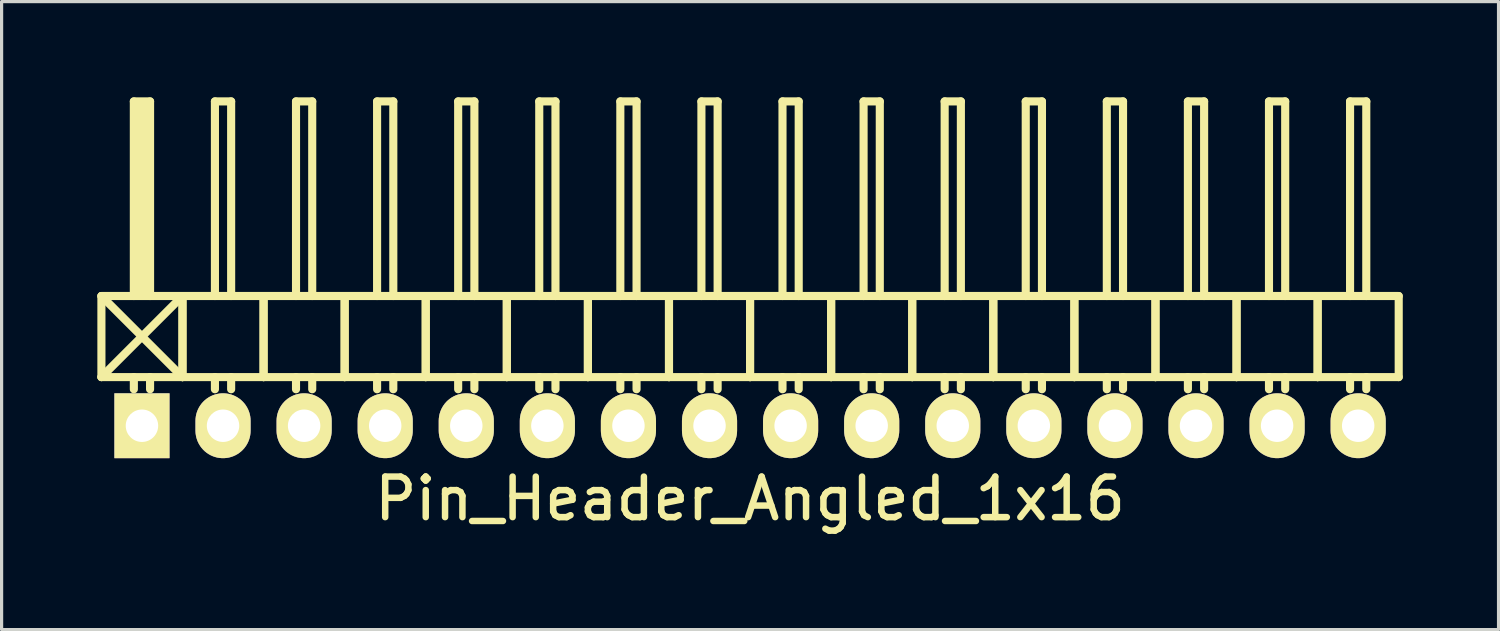
<source format=kicad_pcb>
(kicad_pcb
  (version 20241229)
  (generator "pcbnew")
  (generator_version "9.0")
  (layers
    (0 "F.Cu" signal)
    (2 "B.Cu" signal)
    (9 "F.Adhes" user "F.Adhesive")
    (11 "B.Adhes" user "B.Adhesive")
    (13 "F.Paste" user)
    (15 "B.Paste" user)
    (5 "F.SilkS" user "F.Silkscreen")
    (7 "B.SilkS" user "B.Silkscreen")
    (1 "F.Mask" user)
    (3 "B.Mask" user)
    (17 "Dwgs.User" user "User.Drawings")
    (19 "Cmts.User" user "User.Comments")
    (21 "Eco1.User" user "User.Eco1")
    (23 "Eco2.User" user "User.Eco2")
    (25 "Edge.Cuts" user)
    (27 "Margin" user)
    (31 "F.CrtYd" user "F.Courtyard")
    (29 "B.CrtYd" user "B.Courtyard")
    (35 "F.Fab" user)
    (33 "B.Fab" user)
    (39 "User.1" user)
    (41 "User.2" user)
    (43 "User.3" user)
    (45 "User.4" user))
  (footprint "Pin_Header_Angled_1x16"
    (layer "F.Cu")
    (at 20.447 10.287)
    (property "Reference" "Pin_Header_Angled_1x16" (at 0 2.286 0) (layer "F.SilkS") (effects (font (size 1.27 1.27) (thickness 0.203))))
    (attr through_hole)
    (fp_line (start -20.32 -4.064) (end -17.78 -1.524) (stroke (width 0.254) (type solid)) (layer "F.SilkS"))
    (fp_line (start -20.32 -1.524) (end -20.32 -4.064) (stroke (width 0.254) (type solid)) (layer "F.SilkS"))
    (fp_line (start -20.32 -1.524) (end -17.78 -1.524) (stroke (width 0.254) (type solid)) (layer "F.SilkS"))
    (fp_line (start -19.304 -10.16) (end -18.796 -10.16) (stroke (width 0.254) (type solid)) (layer "F.SilkS"))
    (fp_line (start -19.304 -4.064) (end -19.304 -10.16) (stroke (width 0.254) (type solid)) (layer "F.SilkS"))
    (fp_line (start -19.304 -1.524) (end -19.304 -1.143) (stroke (width 0.254) (type solid)) (layer "F.SilkS"))
    (fp_line (start -19.177 -10.033) (end -18.923 -10.033) (stroke (width 0.254) (type solid)) (layer "F.SilkS"))
    (fp_line (start -19.177 -4.191) (end -19.177 -10.033) (stroke (width 0.254) (type solid)) (layer "F.SilkS"))
    (fp_line (start -19.05 -4.191) (end -19.05 -10.033) (stroke (width 0.254) (type solid)) (layer "F.SilkS"))
    (fp_line (start -18.923 -10.033) (end -18.923 -4.191) (stroke (width 0.254) (type solid)) (layer "F.SilkS"))
    (fp_line (start -18.923 -4.191) (end -19.05 -4.191) (stroke (width 0.254) (type solid)) (layer "F.SilkS"))
    (fp_line (start -18.796 -10.16) (end -18.796 -4.064) (stroke (width 0.254) (type solid)) (layer "F.SilkS"))
    (fp_line (start -18.796 -1.524) (end -18.796 -1.143) (stroke (width 0.254) (type solid)) (layer "F.SilkS"))
    (fp_line (start -17.78 -4.064) (end -20.32 -4.064) (stroke (width 0.254) (type solid)) (layer "F.SilkS"))
    (fp_line (start -17.78 -4.064) (end -20.32 -1.524) (stroke (width 0.254) (type solid)) (layer "F.SilkS"))
    (fp_line (start -17.78 -1.524) (end -17.78 -4.064) (stroke (width 0.254) (type solid)) (layer "F.SilkS"))
    (fp_line (start -17.78 -1.524) (end -17.78 -4.064) (stroke (width 0.254) (type solid)) (layer "F.SilkS"))
    (fp_line (start -17.78 -1.524) (end -15.24 -1.524) (stroke (width 0.254) (type solid)) (layer "F.SilkS"))
    (fp_line (start -16.764 -10.16) (end -16.256 -10.16) (stroke (width 0.254) (type solid)) (layer "F.SilkS"))
    (fp_line (start -16.764 -4.064) (end -16.764 -10.16) (stroke (width 0.254) (type solid)) (layer "F.SilkS"))
    (fp_line (start -16.764 -1.524) (end -16.764 -1.143) (stroke (width 0.254) (type solid)) (layer "F.SilkS"))
    (fp_line (start -16.256 -10.16) (end -16.256 -4.064) (stroke (width 0.254) (type solid)) (layer "F.SilkS"))
    (fp_line (start -16.256 -1.524) (end -16.256 -1.143) (stroke (width 0.254) (type solid)) (layer "F.SilkS"))
    (fp_line (start -15.24 -4.064) (end -17.78 -4.064) (stroke (width 0.254) (type solid)) (layer "F.SilkS"))
    (fp_line (start -15.24 -1.524) (end -15.24 -4.064) (stroke (width 0.254) (type solid)) (layer "F.SilkS"))
    (fp_line (start -15.24 -1.524) (end -15.24 -4.064) (stroke (width 0.254) (type solid)) (layer "F.SilkS"))
    (fp_line (start -15.24 -1.524) (end -12.7 -1.524) (stroke (width 0.254) (type solid)) (layer "F.SilkS"))
    (fp_line (start -14.224 -10.16) (end -13.716 -10.16) (stroke (width 0.254) (type solid)) (layer "F.SilkS"))
    (fp_line (start -14.224 -4.064) (end -14.224 -10.16) (stroke (width 0.254) (type solid)) (layer "F.SilkS"))
    (fp_line (start -14.224 -1.524) (end -14.224 -1.143) (stroke (width 0.254) (type solid)) (layer "F.SilkS"))
    (fp_line (start -13.716 -10.16) (end -13.716 -4.064) (stroke (width 0.254) (type solid)) (layer "F.SilkS"))
    (fp_line (start -13.716 -1.524) (end -13.716 -1.143) (stroke (width 0.254) (type solid)) (layer "F.SilkS"))
    (fp_line (start -12.7 -4.064) (end -15.24 -4.064) (stroke (width 0.254) (type solid)) (layer "F.SilkS"))
    (fp_line (start -12.7 -1.524) (end -12.7 -4.064) (stroke (width 0.254) (type solid)) (layer "F.SilkS"))
    (fp_line (start -12.7 -1.524) (end -12.7 -4.064) (stroke (width 0.254) (type solid)) (layer "F.SilkS"))
    (fp_line (start -12.7 -1.524) (end -10.16 -1.524) (stroke (width 0.254) (type solid)) (layer "F.SilkS"))
    (fp_line (start -11.684 -10.16) (end -11.176 -10.16) (stroke (width 0.254) (type solid)) (layer "F.SilkS"))
    (fp_line (start -11.684 -4.064) (end -11.684 -10.16) (stroke (width 0.254) (type solid)) (layer "F.SilkS"))
    (fp_line (start -11.684 -1.524) (end -11.684 -1.143) (stroke (width 0.254) (type solid)) (layer "F.SilkS"))
    (fp_line (start -11.176 -10.16) (end -11.176 -4.064) (stroke (width 0.254) (type solid)) (layer "F.SilkS"))
    (fp_line (start -11.176 -1.524) (end -11.176 -1.143) (stroke (width 0.254) (type solid)) (layer "F.SilkS"))
    (fp_line (start -10.16 -4.064) (end -12.7 -4.064) (stroke (width 0.254) (type solid)) (layer "F.SilkS"))
    (fp_line (start -10.16 -1.524) (end -10.16 -4.064) (stroke (width 0.254) (type solid)) (layer "F.SilkS"))
    (fp_line (start -10.16 -1.524) (end -10.16 -4.064) (stroke (width 0.254) (type solid)) (layer "F.SilkS"))
    (fp_line (start -10.16 -1.524) (end -7.62 -1.524) (stroke (width 0.254) (type solid)) (layer "F.SilkS"))
    (fp_line (start -9.144 -10.16) (end -8.636 -10.16) (stroke (width 0.254) (type solid)) (layer "F.SilkS"))
    (fp_line (start -9.144 -4.064) (end -9.144 -10.16) (stroke (width 0.254) (type solid)) (layer "F.SilkS"))
    (fp_line (start -9.144 -1.524) (end -9.144 -1.143) (stroke (width 0.254) (type solid)) (layer "F.SilkS"))
    (fp_line (start -8.636 -10.16) (end -8.636 -4.064) (stroke (width 0.254) (type solid)) (layer "F.SilkS"))
    (fp_line (start -8.636 -1.524) (end -8.636 -1.143) (stroke (width 0.254) (type solid)) (layer "F.SilkS"))
    (fp_line (start -7.62 -4.064) (end -10.16 -4.064) (stroke (width 0.254) (type solid)) (layer "F.SilkS"))
    (fp_line (start -7.62 -1.524) (end -7.62 -4.064) (stroke (width 0.254) (type solid)) (layer "F.SilkS"))
    (fp_line (start -7.62 -1.524) (end -7.62 -4.064) (stroke (width 0.254) (type solid)) (layer "F.SilkS"))
    (fp_line (start -7.62 -1.524) (end -5.08 -1.524) (stroke (width 0.254) (type solid)) (layer "F.SilkS"))
    (fp_line (start -6.604 -10.16) (end -6.096 -10.16) (stroke (width 0.254) (type solid)) (layer "F.SilkS"))
    (fp_line (start -6.604 -4.064) (end -6.604 -10.16) (stroke (width 0.254) (type solid)) (layer "F.SilkS"))
    (fp_line (start -6.604 -1.524) (end -6.604 -1.143) (stroke (width 0.254) (type solid)) (layer "F.SilkS"))
    (fp_line (start -6.096 -10.16) (end -6.096 -4.064) (stroke (width 0.254) (type solid)) (layer "F.SilkS"))
    (fp_line (start -6.096 -1.524) (end -6.096 -1.143) (stroke (width 0.254) (type solid)) (layer "F.SilkS"))
    (fp_line (start -5.08 -4.064) (end -7.62 -4.064) (stroke (width 0.254) (type solid)) (layer "F.SilkS"))
    (fp_line (start -5.08 -1.524) (end -5.08 -4.064) (stroke (width 0.254) (type solid)) (layer "F.SilkS"))
    (fp_line (start -5.08 -1.524) (end -5.08 -4.064) (stroke (width 0.254) (type solid)) (layer "F.SilkS"))
    (fp_line (start -5.08 -1.524) (end -2.54 -1.524) (stroke (width 0.254) (type solid)) (layer "F.SilkS"))
    (fp_line (start -4.064 -10.16) (end -3.556 -10.16) (stroke (width 0.254) (type solid)) (layer "F.SilkS"))
    (fp_line (start -4.064 -4.064) (end -4.064 -10.16) (stroke (width 0.254) (type solid)) (layer "F.SilkS"))
    (fp_line (start -4.064 -1.524) (end -4.064 -1.143) (stroke (width 0.254) (type solid)) (layer "F.SilkS"))
    (fp_line (start -3.556 -10.16) (end -3.556 -4.064) (stroke (width 0.254) (type solid)) (layer "F.SilkS"))
    (fp_line (start -3.556 -1.524) (end -3.556 -1.143) (stroke (width 0.254) (type solid)) (layer "F.SilkS"))
    (fp_line (start -2.54 -4.064) (end -5.08 -4.064) (stroke (width 0.254) (type solid)) (layer "F.SilkS"))
    (fp_line (start -2.54 -1.524) (end -2.54 -4.064) (stroke (width 0.254) (type solid)) (layer "F.SilkS"))
    (fp_line (start -2.54 -1.524) (end -2.54 -4.064) (stroke (width 0.254) (type solid)) (layer "F.SilkS"))
    (fp_line (start -2.54 -1.524) (end 0 -1.524) (stroke (width 0.254) (type solid)) (layer "F.SilkS"))
    (fp_line (start -1.524 -10.16) (end -1.016 -10.16) (stroke (width 0.254) (type solid)) (layer "F.SilkS"))
    (fp_line (start -1.524 -4.064) (end -1.524 -10.16) (stroke (width 0.254) (type solid)) (layer "F.SilkS"))
    (fp_line (start -1.524 -1.524) (end -1.524 -1.143) (stroke (width 0.254) (type solid)) (layer "F.SilkS"))
    (fp_line (start -1.016 -10.16) (end -1.016 -4.064) (stroke (width 0.254) (type solid)) (layer "F.SilkS"))
    (fp_line (start -1.016 -1.524) (end -1.016 -1.143) (stroke (width 0.254) (type solid)) (layer "F.SilkS"))
    (fp_line (start 0 -4.064) (end -2.54 -4.064) (stroke (width 0.254) (type solid)) (layer "F.SilkS"))
    (fp_line (start 0 -1.524) (end 0 -4.064) (stroke (width 0.254) (type solid)) (layer "F.SilkS"))
    (fp_line (start 0 -1.524) (end 0 -4.064) (stroke (width 0.254) (type solid)) (layer "F.SilkS"))
    (fp_line (start 0 -1.524) (end 2.54 -1.524) (stroke (width 0.254) (type solid)) (layer "F.SilkS"))
    (fp_line (start 1.016 -10.16) (end 1.524 -10.16) (stroke (width 0.254) (type solid)) (layer "F.SilkS"))
    (fp_line (start 1.016 -4.064) (end 1.016 -10.16) (stroke (width 0.254) (type solid)) (layer "F.SilkS"))
    (fp_line (start 1.016 -1.524) (end 1.016 -1.143) (stroke (width 0.254) (type solid)) (layer "F.SilkS"))
    (fp_line (start 1.524 -10.16) (end 1.524 -4.064) (stroke (width 0.254) (type solid)) (layer "F.SilkS"))
    (fp_line (start 1.524 -1.524) (end 1.524 -1.143) (stroke (width 0.254) (type solid)) (layer "F.SilkS"))
    (fp_line (start 2.54 -4.064) (end 0 -4.064) (stroke (width 0.254) (type solid)) (layer "F.SilkS"))
    (fp_line (start 2.54 -1.524) (end 2.54 -4.064) (stroke (width 0.254) (type solid)) (layer "F.SilkS"))
    (fp_line (start 2.54 -1.524) (end 2.54 -4.064) (stroke (width 0.254) (type solid)) (layer "F.SilkS"))
    (fp_line (start 2.54 -1.524) (end 5.08 -1.524) (stroke (width 0.254) (type solid)) (layer "F.SilkS"))
    (fp_line (start 3.556 -10.16) (end 4.064 -10.16) (stroke (width 0.254) (type solid)) (layer "F.SilkS"))
    (fp_line (start 3.556 -4.064) (end 3.556 -10.16) (stroke (width 0.254) (type solid)) (layer "F.SilkS"))
    (fp_line (start 3.556 -1.524) (end 3.556 -1.143) (stroke (width 0.254) (type solid)) (layer "F.SilkS"))
    (fp_line (start 4.064 -10.16) (end 4.064 -4.064) (stroke (width 0.254) (type solid)) (layer "F.SilkS"))
    (fp_line (start 4.064 -1.524) (end 4.064 -1.143) (stroke (width 0.254) (type solid)) (layer "F.SilkS"))
    (fp_line (start 5.08 -4.064) (end 2.54 -4.064) (stroke (width 0.254) (type solid)) (layer "F.SilkS"))
    (fp_line (start 5.08 -1.524) (end 5.08 -4.064) (stroke (width 0.254) (type solid)) (layer "F.SilkS"))
    (fp_line (start 5.08 -1.524) (end 5.08 -4.064) (stroke (width 0.254) (type solid)) (layer "F.SilkS"))
    (fp_line (start 5.08 -1.524) (end 7.62 -1.524) (stroke (width 0.254) (type solid)) (layer "F.SilkS"))
    (fp_line (start 6.096 -10.16) (end 6.604 -10.16) (stroke (width 0.254) (type solid)) (layer "F.SilkS"))
    (fp_line (start 6.096 -4.064) (end 6.096 -10.16) (stroke (width 0.254) (type solid)) (layer "F.SilkS"))
    (fp_line (start 6.096 -1.524) (end 6.096 -1.143) (stroke (width 0.254) (type solid)) (layer "F.SilkS"))
    (fp_line (start 6.604 -10.16) (end 6.604 -4.064) (stroke (width 0.254) (type solid)) (layer "F.SilkS"))
    (fp_line (start 6.604 -1.524) (end 6.604 -1.143) (stroke (width 0.254) (type solid)) (layer "F.SilkS"))
    (fp_line (start 7.62 -4.064) (end 5.08 -4.064) (stroke (width 0.254) (type solid)) (layer "F.SilkS"))
    (fp_line (start 7.62 -1.524) (end 7.62 -4.064) (stroke (width 0.254) (type solid)) (layer "F.SilkS"))
    (fp_line (start 7.62 -1.524) (end 7.62 -4.064) (stroke (width 0.254) (type solid)) (layer "F.SilkS"))
    (fp_line (start 7.62 -1.524) (end 10.16 -1.524) (stroke (width 0.254) (type solid)) (layer "F.SilkS"))
    (fp_line (start 8.636 -10.16) (end 9.144 -10.16) (stroke (width 0.254) (type solid)) (layer "F.SilkS"))
    (fp_line (start 8.636 -4.064) (end 8.636 -10.16) (stroke (width 0.254) (type solid)) (layer "F.SilkS"))
    (fp_line (start 8.636 -1.524) (end 8.636 -1.143) (stroke (width 0.254) (type solid)) (layer "F.SilkS"))
    (fp_line (start 9.144 -10.16) (end 9.144 -4.064) (stroke (width 0.254) (type solid)) (layer "F.SilkS"))
    (fp_line (start 9.144 -1.524) (end 9.144 -1.143) (stroke (width 0.254) (type solid)) (layer "F.SilkS"))
    (fp_line (start 10.16 -4.064) (end 7.62 -4.064) (stroke (width 0.254) (type solid)) (layer "F.SilkS"))
    (fp_line (start 10.16 -1.524) (end 10.16 -4.064) (stroke (width 0.254) (type solid)) (layer "F.SilkS"))
    (fp_line (start 10.16 -1.524) (end 10.16 -4.064) (stroke (width 0.254) (type solid)) (layer "F.SilkS"))
    (fp_line (start 10.16 -1.524) (end 12.7 -1.524) (stroke (width 0.254) (type solid)) (layer "F.SilkS"))
    (fp_line (start 11.176 -10.16) (end 11.684 -10.16) (stroke (width 0.254) (type solid)) (layer "F.SilkS"))
    (fp_line (start 11.176 -4.064) (end 11.176 -10.16) (stroke (width 0.254) (type solid)) (layer "F.SilkS"))
    (fp_line (start 11.176 -1.524) (end 11.176 -1.143) (stroke (width 0.254) (type solid)) (layer "F.SilkS"))
    (fp_line (start 11.684 -10.16) (end 11.684 -4.064) (stroke (width 0.254) (type solid)) (layer "F.SilkS"))
    (fp_line (start 11.684 -1.524) (end 11.684 -1.143) (stroke (width 0.254) (type solid)) (layer "F.SilkS"))
    (fp_line (start 12.7 -4.064) (end 10.16 -4.064) (stroke (width 0.254) (type solid)) (layer "F.SilkS"))
    (fp_line (start 12.7 -1.524) (end 12.7 -4.064) (stroke (width 0.254) (type solid)) (layer "F.SilkS"))
    (fp_line (start 12.7 -1.524) (end 12.7 -4.064) (stroke (width 0.254) (type solid)) (layer "F.SilkS"))
    (fp_line (start 12.7 -1.524) (end 15.24 -1.524) (stroke (width 0.254) (type solid)) (layer "F.SilkS"))
    (fp_line (start 13.716 -10.16) (end 14.224 -10.16) (stroke (width 0.254) (type solid)) (layer "F.SilkS"))
    (fp_line (start 13.716 -4.064) (end 13.716 -10.16) (stroke (width 0.254) (type solid)) (layer "F.SilkS"))
    (fp_line (start 13.716 -1.524) (end 13.716 -1.143) (stroke (width 0.254) (type solid)) (layer "F.SilkS"))
    (fp_line (start 14.224 -10.16) (end 14.224 -4.064) (stroke (width 0.254) (type solid)) (layer "F.SilkS"))
    (fp_line (start 14.224 -1.524) (end 14.224 -1.143) (stroke (width 0.254) (type solid)) (layer "F.SilkS"))
    (fp_line (start 15.24 -4.064) (end 12.7 -4.064) (stroke (width 0.254) (type solid)) (layer "F.SilkS"))
    (fp_line (start 15.24 -1.524) (end 15.24 -4.064) (stroke (width 0.254) (type solid)) (layer "F.SilkS"))
    (fp_line (start 15.24 -1.524) (end 15.24 -4.064) (stroke (width 0.254) (type solid)) (layer "F.SilkS"))
    (fp_line (start 15.24 -1.524) (end 17.78 -1.524) (stroke (width 0.254) (type solid)) (layer "F.SilkS"))
    (fp_line (start 16.256 -10.16) (end 16.764 -10.16) (stroke (width 0.254) (type solid)) (layer "F.SilkS"))
    (fp_line (start 16.256 -4.064) (end 16.256 -10.16) (stroke (width 0.254) (type solid)) (layer "F.SilkS"))
    (fp_line (start 16.256 -1.524) (end 16.256 -1.143) (stroke (width 0.254) (type solid)) (layer "F.SilkS"))
    (fp_line (start 16.764 -10.16) (end 16.764 -4.064) (stroke (width 0.254) (type solid)) (layer "F.SilkS"))
    (fp_line (start 16.764 -1.524) (end 16.764 -1.143) (stroke (width 0.254) (type solid)) (layer "F.SilkS"))
    (fp_line (start 17.78 -4.064) (end 15.24 -4.064) (stroke (width 0.254) (type solid)) (layer "F.SilkS"))
    (fp_line (start 17.78 -1.524) (end 17.78 -4.064) (stroke (width 0.254) (type solid)) (layer "F.SilkS"))
    (fp_line (start 17.78 -1.524) (end 17.78 -4.064) (stroke (width 0.254) (type solid)) (layer "F.SilkS"))
    (fp_line (start 17.78 -1.524) (end 20.32 -1.524) (stroke (width 0.254) (type solid)) (layer "F.SilkS"))
    (fp_line (start 18.796 -10.16) (end 19.304 -10.16) (stroke (width 0.254) (type solid)) (layer "F.SilkS"))
    (fp_line (start 18.796 -4.064) (end 18.796 -10.16) (stroke (width 0.254) (type solid)) (layer "F.SilkS"))
    (fp_line (start 18.796 -1.524) (end 18.796 -1.143) (stroke (width 0.254) (type solid)) (layer "F.SilkS"))
    (fp_line (start 19.304 -10.16) (end 19.304 -4.064) (stroke (width 0.254) (type solid)) (layer "F.SilkS"))
    (fp_line (start 19.304 -1.524) (end 19.304 -1.143) (stroke (width 0.254) (type solid)) (layer "F.SilkS"))
    (fp_line (start 20.32 -4.064) (end 17.78 -4.064) (stroke (width 0.254) (type solid)) (layer "F.SilkS"))
    (fp_line (start 20.32 -1.524) (end 20.32 -4.064) (stroke (width 0.254) (type solid)) (layer "F.SilkS"))
    (pad "1" thru_hole rect (at -19.05 0) (size 1.727 2.032) (drill 1.016) (layers "*.Cu" "*.Mask" "F.SilkS"))
    (pad "2" thru_hole oval (at -16.51 0) (size 1.727 2.032) (drill 1.016) (layers "*.Cu" "*.Mask" "F.SilkS"))
    (pad "3" thru_hole oval (at -13.97 0) (size 1.727 2.032) (drill 1.016) (layers "*.Cu" "*.Mask" "F.SilkS"))
    (pad "4" thru_hole oval (at -11.43 0) (size 1.727 2.032) (drill 1.016) (layers "*.Cu" "*.Mask" "F.SilkS"))
    (pad "5" thru_hole oval (at -8.89 0) (size 1.727 2.032) (drill 1.016) (layers "*.Cu" "*.Mask" "F.SilkS"))
    (pad "6" thru_hole oval (at -6.35 0) (size 1.727 2.032) (drill 1.016) (layers "*.Cu" "*.Mask" "F.SilkS"))
    (pad "7" thru_hole oval (at -3.81 0) (size 1.727 2.032) (drill 1.016) (layers "*.Cu" "*.Mask" "F.SilkS"))
    (pad "8" thru_hole oval (at -1.27 0) (size 1.727 2.032) (drill 1.016) (layers "*.Cu" "*.Mask" "F.SilkS"))
    (pad "9" thru_hole oval (at 1.27 0) (size 1.727 2.032) (drill 1.016) (layers "*.Cu" "*.Mask" "F.SilkS"))
    (pad "10" thru_hole oval (at 3.81 0) (size 1.727 2.032) (drill 1.016) (layers "*.Cu" "*.Mask" "F.SilkS"))
    (pad "11" thru_hole oval (at 6.35 0) (size 1.727 2.032) (drill 1.016) (layers "*.Cu" "*.Mask" "F.SilkS"))
    (pad "12" thru_hole oval (at 8.89 0) (size 1.727 2.032) (drill 1.016) (layers "*.Cu" "*.Mask" "F.SilkS"))
    (pad "13" thru_hole oval (at 11.43 0) (size 1.727 2.032) (drill 1.016) (layers "*.Cu" "*.Mask" "F.SilkS"))
    (pad "14" thru_hole oval (at 13.97 0) (size 1.727 2.032) (drill 1.016) (layers "*.Cu" "*.Mask" "F.SilkS"))
    (pad "15" thru_hole oval (at 16.51 0) (size 1.727 2.032) (drill 1.016) (layers "*.Cu" "*.Mask" "F.SilkS"))
    (pad "16" thru_hole oval (at 19.05 0) (size 1.727 2.032) (drill 1.016) (layers "*.Cu" "*.Mask" "F.SilkS")))
  (gr_rect
    (start -3 -3)
    (end 43.894 16.673)
    (stroke (width 0.1) (type default))
    (fill no)
    (layer "Edge.Cuts")))
</source>
